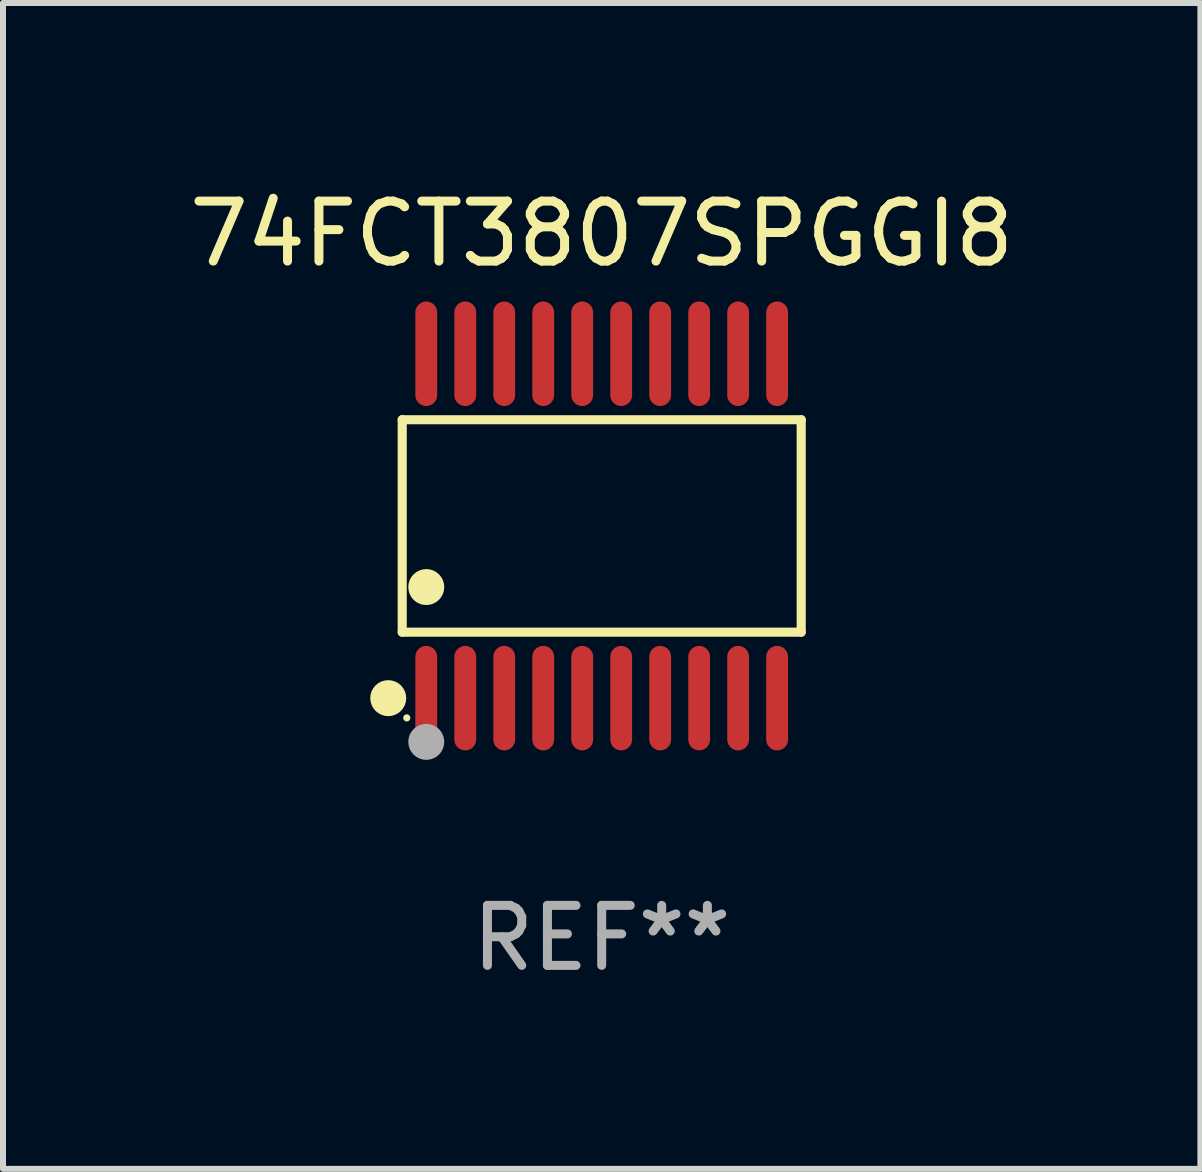
<source format=kicad_pcb>
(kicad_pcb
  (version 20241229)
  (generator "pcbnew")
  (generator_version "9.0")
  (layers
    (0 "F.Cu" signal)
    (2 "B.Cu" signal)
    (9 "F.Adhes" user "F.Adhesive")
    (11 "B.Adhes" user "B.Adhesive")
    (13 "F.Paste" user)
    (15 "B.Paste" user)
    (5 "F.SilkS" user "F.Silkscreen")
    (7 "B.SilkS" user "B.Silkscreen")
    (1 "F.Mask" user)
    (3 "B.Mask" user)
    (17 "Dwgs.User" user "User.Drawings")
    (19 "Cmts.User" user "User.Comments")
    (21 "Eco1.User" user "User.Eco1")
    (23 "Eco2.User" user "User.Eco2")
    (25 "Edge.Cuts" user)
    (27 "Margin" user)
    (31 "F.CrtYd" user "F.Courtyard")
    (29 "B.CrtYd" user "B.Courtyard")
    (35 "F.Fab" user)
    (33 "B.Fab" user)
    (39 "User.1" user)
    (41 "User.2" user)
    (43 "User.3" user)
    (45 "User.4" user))
  (footprint "74FCT3807SPGGI8"
    (layer "F.Cu")
    (at 6.982 5.719)
    (property "Reference" "74FCT3807SPGGI8" (at 0 -4.871 0) (layer "F.SilkS") (effects (font (size 1 1) (thickness 0.15))))
    (attr through_hole)
    (fp_line (start -3.326 -1.771) (end 3.326 -1.771) (stroke (width 0.152) (type solid)) (layer "F.SilkS"))
    (fp_line (start -3.326 1.771) (end -3.326 -1.771) (stroke (width 0.152) (type solid)) (layer "F.SilkS"))
    (fp_line (start 3.326 -1.771) (end 3.326 1.771) (stroke (width 0.152) (type solid)) (layer "F.SilkS"))
    (fp_line (start 3.326 1.771) (end -3.326 1.771) (stroke (width 0.152) (type solid)) (layer "F.SilkS"))
    (fp_circle (center -3.559 2.871) (end -3.409 2.871) (stroke (width 0.3) (type solid)) (fill no) (layer "F.SilkS"))
    (fp_circle (center -3.25 3.2) (end -3.22 3.2) (stroke (width 0.06) (type solid)) (fill no) (layer "F.SilkS"))
    (fp_circle (center -2.925 1.019) (end -2.775 1.019) (stroke (width 0.3) (type solid)) (fill no) (layer "F.SilkS"))
    (fp_circle (center -2.925 3.6) (end -2.775 3.6) (stroke (width 0.3) (type solid)) (fill no) (layer "F.Fab"))
    (fp_text user "REF**" (at 0 6.871 0) (layer "F.Fab") (effects (font (size 1 1) (thickness 0.15))))
    (pad "1" smd oval (at -2.925 2.871) (size 0.364 1.742) (layers "F.Cu" "F.Mask" "F.Paste"))
    (pad "2" smd oval (at -2.275 2.871) (size 0.364 1.742) (layers "F.Cu" "F.Mask" "F.Paste"))
    (pad "3" smd oval (at -1.625 2.871) (size 0.364 1.742) (layers "F.Cu" "F.Mask" "F.Paste"))
    (pad "4" smd oval (at -0.975 2.871) (size 0.364 1.742) (layers "F.Cu" "F.Mask" "F.Paste"))
    (pad "5" smd oval (at -0.325 2.871) (size 0.364 1.742) (layers "F.Cu" "F.Mask" "F.Paste"))
    (pad "6" smd oval (at 0.325 2.871) (size 0.364 1.742) (layers "F.Cu" "F.Mask" "F.Paste"))
    (pad "7" smd oval (at 0.975 2.871) (size 0.364 1.742) (layers "F.Cu" "F.Mask" "F.Paste"))
    (pad "8" smd oval (at 1.625 2.871) (size 0.364 1.742) (layers "F.Cu" "F.Mask" "F.Paste"))
    (pad "9" smd oval (at 2.275 2.871) (size 0.364 1.742) (layers "F.Cu" "F.Mask" "F.Paste"))
    (pad "10" smd oval (at 2.925 2.871) (size 0.364 1.742) (layers "F.Cu" "F.Mask" "F.Paste"))
    (pad "11" smd oval (at 2.925 -2.871) (size 0.364 1.742) (layers "F.Cu" "F.Mask" "F.Paste"))
    (pad "12" smd oval (at 2.275 -2.871) (size 0.364 1.742) (layers "F.Cu" "F.Mask" "F.Paste"))
    (pad "13" smd oval (at 1.625 -2.871) (size 0.364 1.742) (layers "F.Cu" "F.Mask" "F.Paste"))
    (pad "14" smd oval (at 0.975 -2.871) (size 0.364 1.742) (layers "F.Cu" "F.Mask" "F.Paste"))
    (pad "15" smd oval (at 0.325 -2.871) (size 0.364 1.742) (layers "F.Cu" "F.Mask" "F.Paste"))
    (pad "16" smd oval (at -0.325 -2.871) (size 0.364 1.742) (layers "F.Cu" "F.Mask" "F.Paste"))
    (pad "17" smd oval (at -0.975 -2.871) (size 0.364 1.742) (layers "F.Cu" "F.Mask" "F.Paste"))
    (pad "18" smd oval (at -1.625 -2.871) (size 0.364 1.742) (layers "F.Cu" "F.Mask" "F.Paste"))
    (pad "19" smd oval (at -2.275 -2.871) (size 0.364 1.742) (layers "F.Cu" "F.Mask" "F.Paste"))
    (pad "20" smd oval (at -2.925 -2.871) (size 0.364 1.742) (layers "F.Cu" "F.Mask" "F.Paste")))
  (gr_rect
    (start -3 -3)
    (end 16.964 16.438)
    (stroke (width 0.1) (type default))
    (fill no)
    (layer "Edge.Cuts")))
</source>
